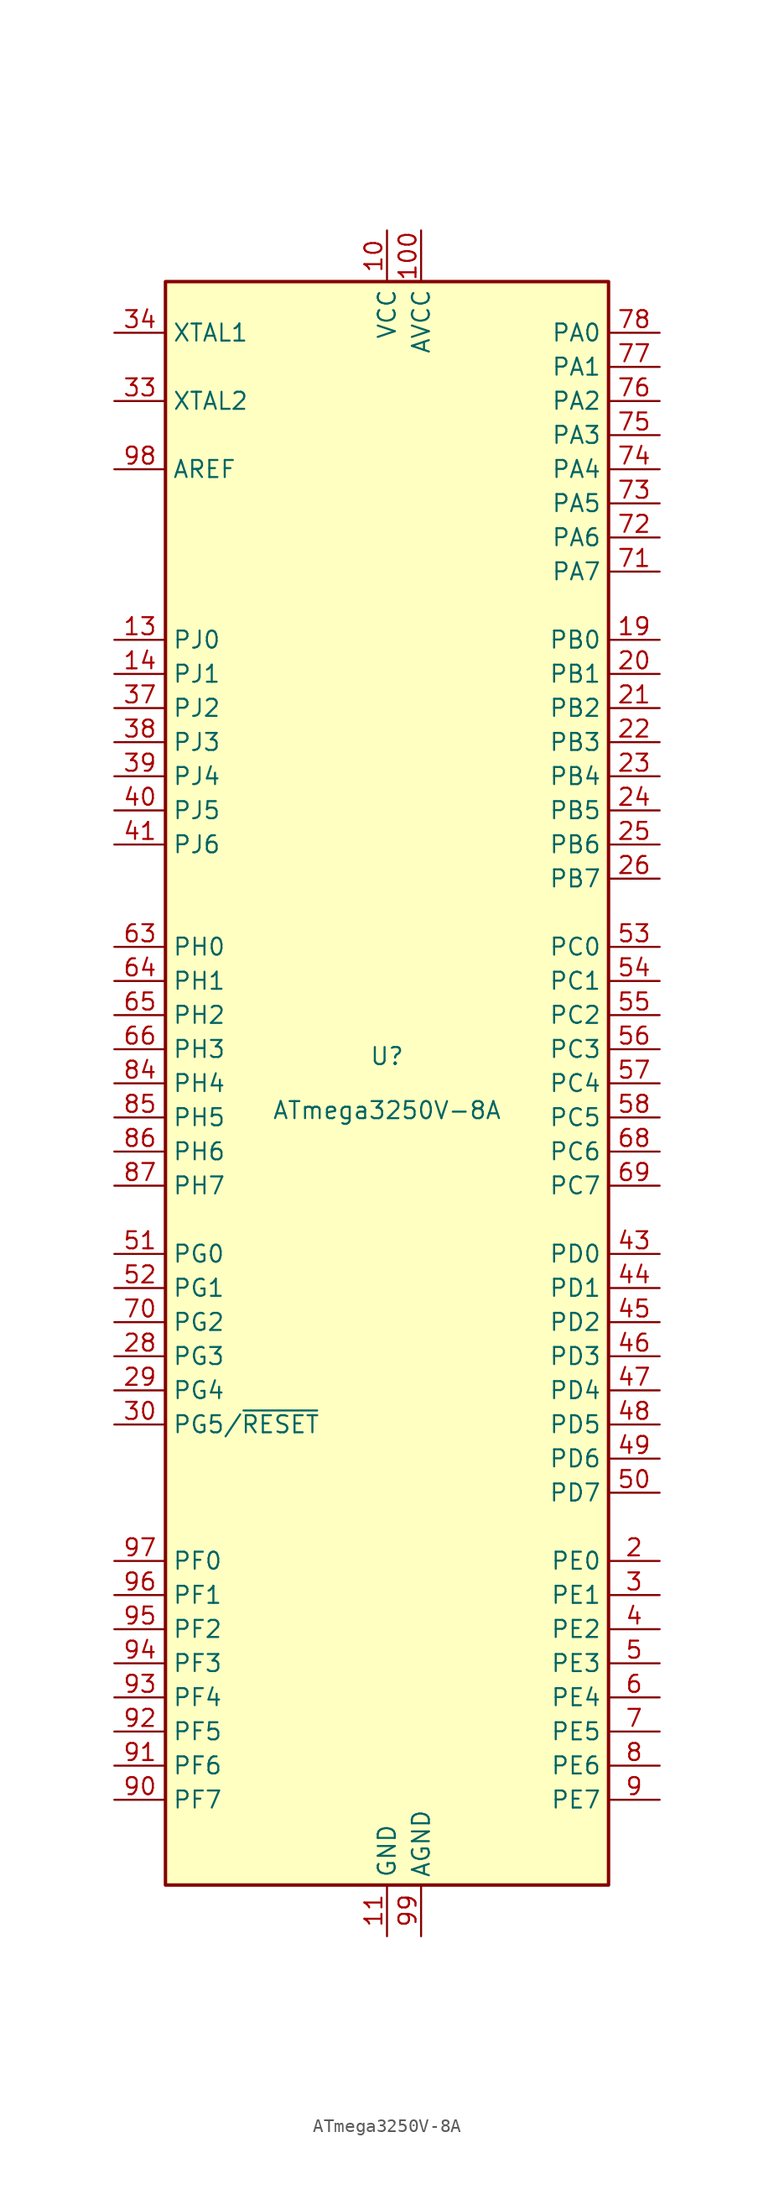
<source format=kicad_sym>
(kicad_symbol_lib
  (version 20201005)
  (generator kicad_symbol_editor)
  (symbol "ATmega3250V-8A"
    (property "Reference" "U"
      (at 0 1.27 0)
      (effects (font (size 1.27 1.27)) (justify bottom)))
    (property "Value" "ATmega3250V-8A"
      (at 0 -1.27 0)
      (effects (font (size 1.27 1.27)) (justify top)))
    (symbol "ATmega3250V-8A_0_1"
      (rectangle (start -16.51 -59.69) (end 16.51 59.69) (stroke (width 0.254)) (fill (type background))))
    (symbol "ATmega3250V-8A_1_1"
      (pin no_connect line (at -15.24 40.64 0) (length 2.54) hide (name "NC" (effects (font (size 1.27 1.27)))) (number "1" (effects (font (size 1.27 1.27)))))
      (pin power_in line (at 0 63.5 270) (length 3.81) (name "VCC" (effects (font (size 1.27 1.27)))) (number "10" (effects (font (size 1.27 1.27)))))
      (pin power_in line (at 2.54 63.5 270) (length 3.81) (name "AVCC" (effects (font (size 1.27 1.27)))) (number "100" (effects (font (size 1.27 1.27)))))
      (pin power_in line (at 0 -63.5 90) (length 3.81) (name "GND" (effects (font (size 1.27 1.27)))) (number "11" (effects (font (size 1.27 1.27)))))
      (pin no_connect line (at -15.24 38.1 0) (length 2.54) hide (name "NC" (effects (font (size 1.27 1.27)))) (number "12" (effects (font (size 1.27 1.27)))))
      (pin bidirectional line (at -20.32 33.02 0) (length 3.81) (name "PJ0" (effects (font (size 1.27 1.27)))) (number "13" (effects (font (size 1.27 1.27)))))
      (pin bidirectional line (at -20.32 30.48 0) (length 3.81) (name "PJ1" (effects (font (size 1.27 1.27)))) (number "14" (effects (font (size 1.27 1.27)))))
      (pin no_connect line (at -15.24 35.56 0) (length 2.54) hide (name "NC" (effects (font (size 1.27 1.27)))) (number "15" (effects (font (size 1.27 1.27)))))
      (pin no_connect line (at -15.24 15.24 0) (length 2.54) hide (name "NC" (effects (font (size 1.27 1.27)))) (number "16" (effects (font (size 1.27 1.27)))))
      (pin no_connect line (at -15.24 12.7 0) (length 2.54) hide (name "NC" (effects (font (size 1.27 1.27)))) (number "17" (effects (font (size 1.27 1.27)))))
      (pin no_connect line (at -15.24 -10.16 0) (length 2.54) hide (name "NC" (effects (font (size 1.27 1.27)))) (number "18" (effects (font (size 1.27 1.27)))))
      (pin bidirectional line (at 20.32 33.02 180) (length 3.81) (name "PB0" (effects (font (size 1.27 1.27)))) (number "19" (effects (font (size 1.27 1.27)))))
      (pin bidirectional line (at 20.32 -35.56 180) (length 3.81) (name "PE0" (effects (font (size 1.27 1.27)))) (number "2" (effects (font (size 1.27 1.27)))))
      (pin bidirectional line (at 20.32 30.48 180) (length 3.81) (name "PB1" (effects (font (size 1.27 1.27)))) (number "20" (effects (font (size 1.27 1.27)))))
      (pin bidirectional line (at 20.32 27.94 180) (length 3.81) (name "PB2" (effects (font (size 1.27 1.27)))) (number "21" (effects (font (size 1.27 1.27)))))
      (pin bidirectional line (at 20.32 25.4 180) (length 3.81) (name "PB3" (effects (font (size 1.27 1.27)))) (number "22" (effects (font (size 1.27 1.27)))))
      (pin bidirectional line (at 20.32 22.86 180) (length 3.81) (name "PB4" (effects (font (size 1.27 1.27)))) (number "23" (effects (font (size 1.27 1.27)))))
      (pin bidirectional line (at 20.32 20.32 180) (length 3.81) (name "PB5" (effects (font (size 1.27 1.27)))) (number "24" (effects (font (size 1.27 1.27)))))
      (pin bidirectional line (at 20.32 17.78 180) (length 3.81) (name "PB6" (effects (font (size 1.27 1.27)))) (number "25" (effects (font (size 1.27 1.27)))))
      (pin bidirectional line (at 20.32 15.24 180) (length 3.81) (name "PB7" (effects (font (size 1.27 1.27)))) (number "26" (effects (font (size 1.27 1.27)))))
      (pin no_connect line (at -15.24 -27.94 0) (length 2.54) hide (name "NC" (effects (font (size 1.27 1.27)))) (number "27" (effects (font (size 1.27 1.27)))))
      (pin bidirectional line (at -20.32 -20.32 0) (length 3.81) (name "PG3" (effects (font (size 1.27 1.27)))) (number "28" (effects (font (size 1.27 1.27)))))
      (pin bidirectional line (at -20.32 -22.86 0) (length 3.81) (name "PG4" (effects (font (size 1.27 1.27)))) (number "29" (effects (font (size 1.27 1.27)))))
      (pin bidirectional line (at 20.32 -38.1 180) (length 3.81) (name "PE1" (effects (font (size 1.27 1.27)))) (number "3" (effects (font (size 1.27 1.27)))))
      (pin bidirectional line (at -20.32 -25.4 0) (length 3.81) (name "PG5/~RESET" (effects (font (size 1.27 1.27)))) (number "30" (effects (font (size 1.27 1.27)))))
      (pin passive line (at 0 63.5 270) (length 3.81) hide (name "VCC" (effects (font (size 1.27 1.27)))) (number "31" (effects (font (size 1.27 1.27)))))
      (pin passive line (at 0 -63.5 90) (length 3.81) hide (name "GND" (effects (font (size 1.27 1.27)))) (number "32" (effects (font (size 1.27 1.27)))))
      (pin output line (at -20.32 50.8 0) (length 3.81) (name "XTAL2" (effects (font (size 1.27 1.27)))) (number "33" (effects (font (size 1.27 1.27)))))
      (pin input line (at -20.32 55.88 0) (length 3.81) (name "XTAL1" (effects (font (size 1.27 1.27)))) (number "34" (effects (font (size 1.27 1.27)))))
      (pin no_connect line (at -15.24 -30.48 0) (length 2.54) hide (name "NC" (effects (font (size 1.27 1.27)))) (number "35" (effects (font (size 1.27 1.27)))))
      (pin no_connect line (at -15.24 -33.02 0) (length 2.54) hide (name "NC" (effects (font (size 1.27 1.27)))) (number "36" (effects (font (size 1.27 1.27)))))
      (pin bidirectional line (at -20.32 27.94 0) (length 3.81) (name "PJ2" (effects (font (size 1.27 1.27)))) (number "37" (effects (font (size 1.27 1.27)))))
      (pin bidirectional line (at -20.32 25.4 0) (length 3.81) (name "PJ3" (effects (font (size 1.27 1.27)))) (number "38" (effects (font (size 1.27 1.27)))))
      (pin bidirectional line (at -20.32 22.86 0) (length 3.81) (name "PJ4" (effects (font (size 1.27 1.27)))) (number "39" (effects (font (size 1.27 1.27)))))
      (pin bidirectional line (at 20.32 -40.64 180) (length 3.81) (name "PE2" (effects (font (size 1.27 1.27)))) (number "4" (effects (font (size 1.27 1.27)))))
      (pin bidirectional line (at -20.32 20.32 0) (length 3.81) (name "PJ5" (effects (font (size 1.27 1.27)))) (number "40" (effects (font (size 1.27 1.27)))))
      (pin bidirectional line (at -20.32 17.78 0) (length 3.81) (name "PJ6" (effects (font (size 1.27 1.27)))) (number "41" (effects (font (size 1.27 1.27)))))
      (pin no_connect line (at -15.24 -58.42 90) (length 2.54) hide (name "NC" (effects (font (size 1.27 1.27)))) (number "42" (effects (font (size 1.27 1.27)))))
      (pin bidirectional line (at 20.32 -12.7 180) (length 3.81) (name "PD0" (effects (font (size 1.27 1.27)))) (number "43" (effects (font (size 1.27 1.27)))))
      (pin bidirectional line (at 20.32 -15.24 180) (length 3.81) (name "PD1" (effects (font (size 1.27 1.27)))) (number "44" (effects (font (size 1.27 1.27)))))
      (pin bidirectional line (at 20.32 -17.78 180) (length 3.81) (name "PD2" (effects (font (size 1.27 1.27)))) (number "45" (effects (font (size 1.27 1.27)))))
      (pin bidirectional line (at 20.32 -20.32 180) (length 3.81) (name "PD3" (effects (font (size 1.27 1.27)))) (number "46" (effects (font (size 1.27 1.27)))))
      (pin bidirectional line (at 20.32 -22.86 180) (length 3.81) (name "PD4" (effects (font (size 1.27 1.27)))) (number "47" (effects (font (size 1.27 1.27)))))
      (pin bidirectional line (at 20.32 -25.4 180) (length 3.81) (name "PD5" (effects (font (size 1.27 1.27)))) (number "48" (effects (font (size 1.27 1.27)))))
      (pin bidirectional line (at 20.32 -27.94 180) (length 3.81) (name "PD6" (effects (font (size 1.27 1.27)))) (number "49" (effects (font (size 1.27 1.27)))))
      (pin bidirectional line (at 20.32 -43.18 180) (length 3.81) (name "PE3" (effects (font (size 1.27 1.27)))) (number "5" (effects (font (size 1.27 1.27)))))
      (pin bidirectional line (at 20.32 -30.48 180) (length 3.81) (name "PD7" (effects (font (size 1.27 1.27)))) (number "50" (effects (font (size 1.27 1.27)))))
      (pin bidirectional line (at -20.32 -12.7 0) (length 3.81) (name "PG0" (effects (font (size 1.27 1.27)))) (number "51" (effects (font (size 1.27 1.27)))))
      (pin bidirectional line (at -20.32 -15.24 0) (length 3.81) (name "PG1" (effects (font (size 1.27 1.27)))) (number "52" (effects (font (size 1.27 1.27)))))
      (pin bidirectional line (at 20.32 10.16 180) (length 3.81) (name "PC0" (effects (font (size 1.27 1.27)))) (number "53" (effects (font (size 1.27 1.27)))))
      (pin bidirectional line (at 20.32 7.62 180) (length 3.81) (name "PC1" (effects (font (size 1.27 1.27)))) (number "54" (effects (font (size 1.27 1.27)))))
      (pin bidirectional line (at 20.32 5.08 180) (length 3.81) (name "PC2" (effects (font (size 1.27 1.27)))) (number "55" (effects (font (size 1.27 1.27)))))
      (pin bidirectional line (at 20.32 2.54 180) (length 3.81) (name "PC3" (effects (font (size 1.27 1.27)))) (number "56" (effects (font (size 1.27 1.27)))))
      (pin bidirectional line (at 20.32 0 180) (length 3.81) (name "PC4" (effects (font (size 1.27 1.27)))) (number "57" (effects (font (size 1.27 1.27)))))
      (pin bidirectional line (at 20.32 -2.54 180) (length 3.81) (name "PC5" (effects (font (size 1.27 1.27)))) (number "58" (effects (font (size 1.27 1.27)))))
      (pin no_connect line (at -12.7 -58.42 90) (length 2.54) hide (name "NC" (effects (font (size 1.27 1.27)))) (number "59" (effects (font (size 1.27 1.27)))))
      (pin bidirectional line (at 20.32 -45.72 180) (length 3.81) (name "PE4" (effects (font (size 1.27 1.27)))) (number "6" (effects (font (size 1.27 1.27)))))
      (pin no_connect line (at -10.16 -58.42 90) (length 2.54) hide (name "NC" (effects (font (size 1.27 1.27)))) (number "60" (effects (font (size 1.27 1.27)))))
      (pin no_connect line (at -7.62 -58.42 90) (length 2.54) hide (name "NC" (effects (font (size 1.27 1.27)))) (number "61" (effects (font (size 1.27 1.27)))))
      (pin no_connect line (at -5.08 -58.42 90) (length 2.54) hide (name "NC" (effects (font (size 1.27 1.27)))) (number "62" (effects (font (size 1.27 1.27)))))
      (pin bidirectional line (at -20.32 10.16 0) (length 3.81) (name "PH0" (effects (font (size 1.27 1.27)))) (number "63" (effects (font (size 1.27 1.27)))))
      (pin bidirectional line (at -20.32 7.62 0) (length 3.81) (name "PH1" (effects (font (size 1.27 1.27)))) (number "64" (effects (font (size 1.27 1.27)))))
      (pin bidirectional line (at -20.32 5.08 0) (length 3.81) (name "PH2" (effects (font (size 1.27 1.27)))) (number "65" (effects (font (size 1.27 1.27)))))
      (pin bidirectional line (at -20.32 2.54 0) (length 3.81) (name "PH3" (effects (font (size 1.27 1.27)))) (number "66" (effects (font (size 1.27 1.27)))))
      (pin no_connect line (at -2.54 -58.42 90) (length 2.54) hide (name "NC" (effects (font (size 1.27 1.27)))) (number "67" (effects (font (size 1.27 1.27)))))
      (pin bidirectional line (at 20.32 -5.08 180) (length 3.81) (name "PC6" (effects (font (size 1.27 1.27)))) (number "68" (effects (font (size 1.27 1.27)))))
      (pin bidirectional line (at 20.32 -7.62 180) (length 3.81) (name "PC7" (effects (font (size 1.27 1.27)))) (number "69" (effects (font (size 1.27 1.27)))))
      (pin bidirectional line (at 20.32 -48.26 180) (length 3.81) (name "PE5" (effects (font (size 1.27 1.27)))) (number "7" (effects (font (size 1.27 1.27)))))
      (pin bidirectional line (at -20.32 -17.78 0) (length 3.81) (name "PG2" (effects (font (size 1.27 1.27)))) (number "70" (effects (font (size 1.27 1.27)))))
      (pin bidirectional line (at 20.32 38.1 180) (length 3.81) (name "PA7" (effects (font (size 1.27 1.27)))) (number "71" (effects (font (size 1.27 1.27)))))
      (pin bidirectional line (at 20.32 40.64 180) (length 3.81) (name "PA6" (effects (font (size 1.27 1.27)))) (number "72" (effects (font (size 1.27 1.27)))))
      (pin bidirectional line (at 20.32 43.18 180) (length 3.81) (name "PA5" (effects (font (size 1.27 1.27)))) (number "73" (effects (font (size 1.27 1.27)))))
      (pin bidirectional line (at 20.32 45.72 180) (length 3.81) (name "PA4" (effects (font (size 1.27 1.27)))) (number "74" (effects (font (size 1.27 1.27)))))
      (pin bidirectional line (at 20.32 48.26 180) (length 3.81) (name "PA3" (effects (font (size 1.27 1.27)))) (number "75" (effects (font (size 1.27 1.27)))))
      (pin bidirectional line (at 20.32 50.8 180) (length 3.81) (name "PA2" (effects (font (size 1.27 1.27)))) (number "76" (effects (font (size 1.27 1.27)))))
      (pin bidirectional line (at 20.32 53.34 180) (length 3.81) (name "PA1" (effects (font (size 1.27 1.27)))) (number "77" (effects (font (size 1.27 1.27)))))
      (pin bidirectional line (at 20.32 55.88 180) (length 3.81) (name "PA0" (effects (font (size 1.27 1.27)))) (number "78" (effects (font (size 1.27 1.27)))))
      (pin no_connect line (at 5.08 -58.42 90) (length 2.54) hide (name "NC" (effects (font (size 1.27 1.27)))) (number "79" (effects (font (size 1.27 1.27)))))
      (pin bidirectional line (at 20.32 -50.8 180) (length 3.81) (name "PE6" (effects (font (size 1.27 1.27)))) (number "8" (effects (font (size 1.27 1.27)))))
      (pin passive line (at 0 63.5 270) (length 3.81) hide (name "VCC" (effects (font (size 1.27 1.27)))) (number "80" (effects (font (size 1.27 1.27)))))
      (pin passive line (at 0 -63.5 90) (length 3.81) hide (name "GND" (effects (font (size 1.27 1.27)))) (number "81" (effects (font (size 1.27 1.27)))))
      (pin no_connect line (at 7.62 -58.42 90) (length 2.54) hide (name "NC" (effects (font (size 1.27 1.27)))) (number "82" (effects (font (size 1.27 1.27)))))
      (pin no_connect line (at 10.16 -58.42 90) (length 2.54) hide (name "NC" (effects (font (size 1.27 1.27)))) (number "83" (effects (font (size 1.27 1.27)))))
      (pin bidirectional line (at -20.32 0 0) (length 3.81) (name "PH4" (effects (font (size 1.27 1.27)))) (number "84" (effects (font (size 1.27 1.27)))))
      (pin bidirectional line (at -20.32 -2.54 0) (length 3.81) (name "PH5" (effects (font (size 1.27 1.27)))) (number "85" (effects (font (size 1.27 1.27)))))
      (pin bidirectional line (at -20.32 -5.08 0) (length 3.81) (name "PH6" (effects (font (size 1.27 1.27)))) (number "86" (effects (font (size 1.27 1.27)))))
      (pin bidirectional line (at -20.32 -7.62 0) (length 3.81) (name "PH7" (effects (font (size 1.27 1.27)))) (number "87" (effects (font (size 1.27 1.27)))))
      (pin no_connect line (at 12.7 -58.42 90) (length 2.54) hide (name "NC" (effects (font (size 1.27 1.27)))) (number "88" (effects (font (size 1.27 1.27)))))
      (pin no_connect line (at 15.24 -58.42 90) (length 2.54) hide (name "NC" (effects (font (size 1.27 1.27)))) (number "89" (effects (font (size 1.27 1.27)))))
      (pin bidirectional line (at 20.32 -53.34 180) (length 3.81) (name "PE7" (effects (font (size 1.27 1.27)))) (number "9" (effects (font (size 1.27 1.27)))))
      (pin bidirectional line (at -20.32 -53.34 0) (length 3.81) (name "PF7" (effects (font (size 1.27 1.27)))) (number "90" (effects (font (size 1.27 1.27)))))
      (pin bidirectional line (at -20.32 -50.8 0) (length 3.81) (name "PF6" (effects (font (size 1.27 1.27)))) (number "91" (effects (font (size 1.27 1.27)))))
      (pin bidirectional line (at -20.32 -48.26 0) (length 3.81) (name "PF5" (effects (font (size 1.27 1.27)))) (number "92" (effects (font (size 1.27 1.27)))))
      (pin bidirectional line (at -20.32 -45.72 0) (length 3.81) (name "PF4" (effects (font (size 1.27 1.27)))) (number "93" (effects (font (size 1.27 1.27)))))
      (pin bidirectional line (at -20.32 -43.18 0) (length 3.81) (name "PF3" (effects (font (size 1.27 1.27)))) (number "94" (effects (font (size 1.27 1.27)))))
      (pin bidirectional line (at -20.32 -40.64 0) (length 3.81) (name "PF2" (effects (font (size 1.27 1.27)))) (number "95" (effects (font (size 1.27 1.27)))))
      (pin bidirectional line (at -20.32 -38.1 0) (length 3.81) (name "PF1" (effects (font (size 1.27 1.27)))) (number "96" (effects (font (size 1.27 1.27)))))
      (pin bidirectional line (at -20.32 -35.56 0) (length 3.81) (name "PF0" (effects (font (size 1.27 1.27)))) (number "97" (effects (font (size 1.27 1.27)))))
      (pin passive line (at -20.32 45.72 0) (length 3.81) (name "AREF" (effects (font (size 1.27 1.27)))) (number "98" (effects (font (size 1.27 1.27)))))
      (pin power_in line (at 2.54 -63.5 90) (length 3.81) (name "AGND" (effects (font (size 1.27 1.27)))) (number "99" (effects (font (size 1.27 1.27))))))))
</source>
